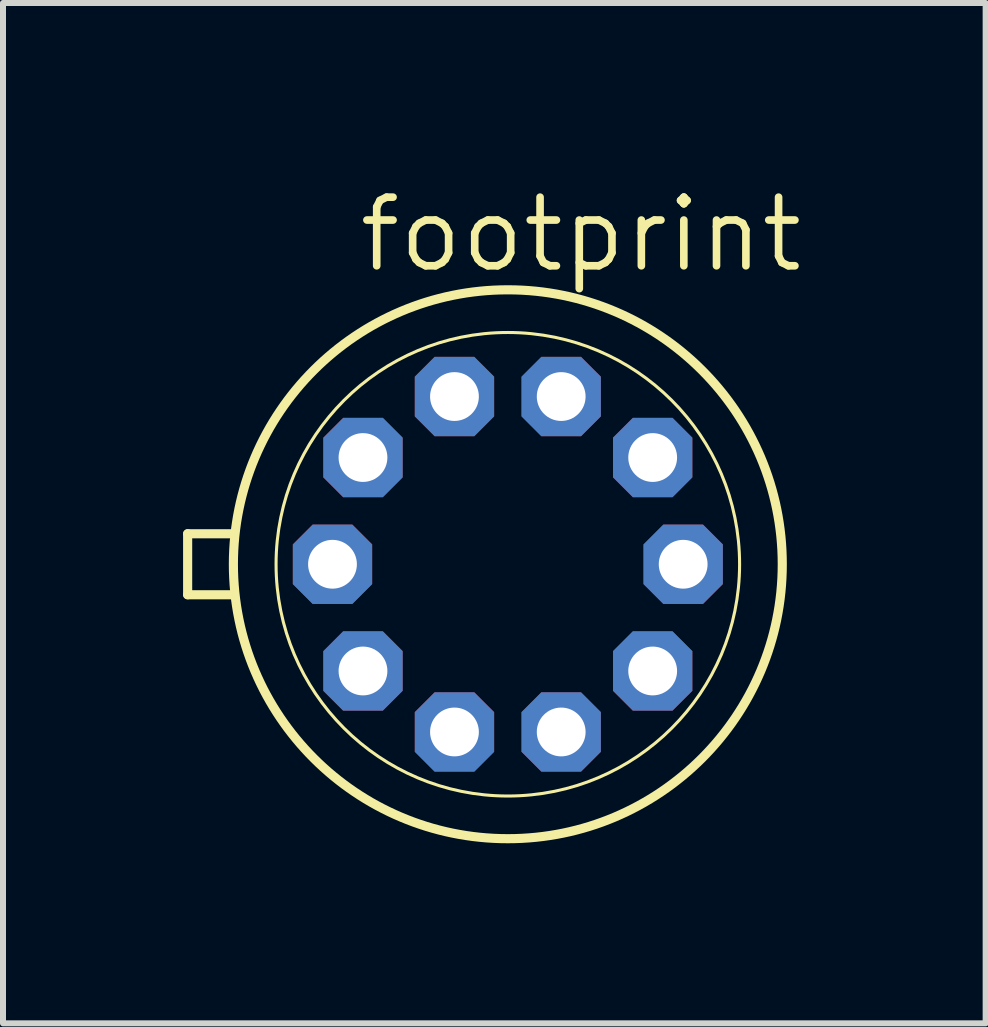
<source format=kicad_pcb>
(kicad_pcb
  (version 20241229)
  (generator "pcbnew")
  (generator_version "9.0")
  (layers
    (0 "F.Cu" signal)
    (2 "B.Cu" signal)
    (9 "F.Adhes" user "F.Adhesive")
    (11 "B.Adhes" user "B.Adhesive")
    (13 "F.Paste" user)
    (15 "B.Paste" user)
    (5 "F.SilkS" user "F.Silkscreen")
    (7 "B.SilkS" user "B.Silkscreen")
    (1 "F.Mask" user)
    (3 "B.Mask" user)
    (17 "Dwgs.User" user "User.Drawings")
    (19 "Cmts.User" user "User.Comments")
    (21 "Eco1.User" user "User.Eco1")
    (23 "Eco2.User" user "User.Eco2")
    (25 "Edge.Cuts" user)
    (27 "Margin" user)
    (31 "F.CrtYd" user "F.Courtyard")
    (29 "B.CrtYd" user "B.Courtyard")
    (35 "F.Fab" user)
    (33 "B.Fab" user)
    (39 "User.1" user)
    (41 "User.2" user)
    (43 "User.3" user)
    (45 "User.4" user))
  (footprint "footprint"
    (layer "F.Cu")
    (at 5.41 6.35)
    (property "Reference" "footprint" (at -2.54 -4.826 0) (layer "F.SilkS") (effects (font (size 1.143 1.143) (thickness 0.127)) (justify left bottom)))
    (fp_line (start -5.334 0.508) (end -5.334 -0.508) (stroke (width 0.152) (type solid)) (layer "F.SilkS"))
    (fp_line (start -5.334 0.508) (end -4.572 0.508) (stroke (width 0.152) (type solid)) (layer "F.SilkS"))
    (fp_line (start -4.572 -0.508) (end -5.334 -0.508) (stroke (width 0.152) (type solid)) (layer "F.SilkS"))
    (fp_circle (center 0 0) (end 3.861 0) (stroke (width 0.051) (type solid)) (fill no) (layer "F.SilkS"))
    (fp_circle (center 0 0) (end 4.572 0) (stroke (width 0.152) (type solid)) (fill no) (layer "F.SilkS"))
    (pad "1" thru_hole roundrect (at -2.413 1.778) (size 1.321 1.321) (drill 0.813) (layers "*.Cu" "*.Mask") (roundrect_rratio 0.25) (chamfer_ratio 0.25) (chamfer top_left top_right bottom_left bottom_right))
    (pad "2" thru_hole roundrect (at -0.889 2.794) (size 1.321 1.321) (drill 0.813) (layers "*.Cu" "*.Mask") (roundrect_rratio 0.25) (chamfer_ratio 0.25) (chamfer top_left top_right bottom_left bottom_right))
    (pad "3" thru_hole roundrect (at 0.889 2.794) (size 1.321 1.321) (drill 0.813) (layers "*.Cu" "*.Mask") (roundrect_rratio 0.25) (chamfer_ratio 0.25) (chamfer top_left top_right bottom_left bottom_right))
    (pad "4" thru_hole roundrect (at 2.413 1.778) (size 1.321 1.321) (drill 0.813) (layers "*.Cu" "*.Mask") (roundrect_rratio 0.25) (chamfer_ratio 0.25) (chamfer top_left top_right bottom_left bottom_right))
    (pad "5" thru_hole roundrect (at 2.921 0) (size 1.321 1.321) (drill 0.813) (layers "*.Cu" "*.Mask") (roundrect_rratio 0.25) (chamfer_ratio 0.25) (chamfer top_left top_right bottom_left bottom_right))
    (pad "6" thru_hole roundrect (at 2.413 -1.778) (size 1.321 1.321) (drill 0.813) (layers "*.Cu" "*.Mask") (roundrect_rratio 0.25) (chamfer_ratio 0.25) (chamfer top_left top_right bottom_left bottom_right))
    (pad "7" thru_hole roundrect (at 0.889 -2.794) (size 1.321 1.321) (drill 0.813) (layers "*.Cu" "*.Mask") (roundrect_rratio 0.25) (chamfer_ratio 0.25) (chamfer top_left top_right bottom_left bottom_right))
    (pad "8" thru_hole roundrect (at -0.889 -2.794) (size 1.321 1.321) (drill 0.813) (layers "*.Cu" "*.Mask") (roundrect_rratio 0.25) (chamfer_ratio 0.25) (chamfer top_left top_right bottom_left bottom_right))
    (pad "9" thru_hole roundrect (at -2.413 -1.778) (size 1.321 1.321) (drill 0.813) (layers "*.Cu" "*.Mask") (roundrect_rratio 0.25) (chamfer_ratio 0.25) (chamfer top_left top_right bottom_left bottom_right))
    (pad "10" thru_hole roundrect (at -2.921 0) (size 1.321 1.321) (drill 0.813) (layers "*.Cu" "*.Mask") (roundrect_rratio 0.25) (chamfer_ratio 0.25) (chamfer top_left top_right bottom_left bottom_right)))
  (gr_rect
    (start -3 -3)
    (end 13.37 13.998)
    (stroke (width 0.1) (type default))
    (fill no)
    (layer "Edge.Cuts")))
</source>
